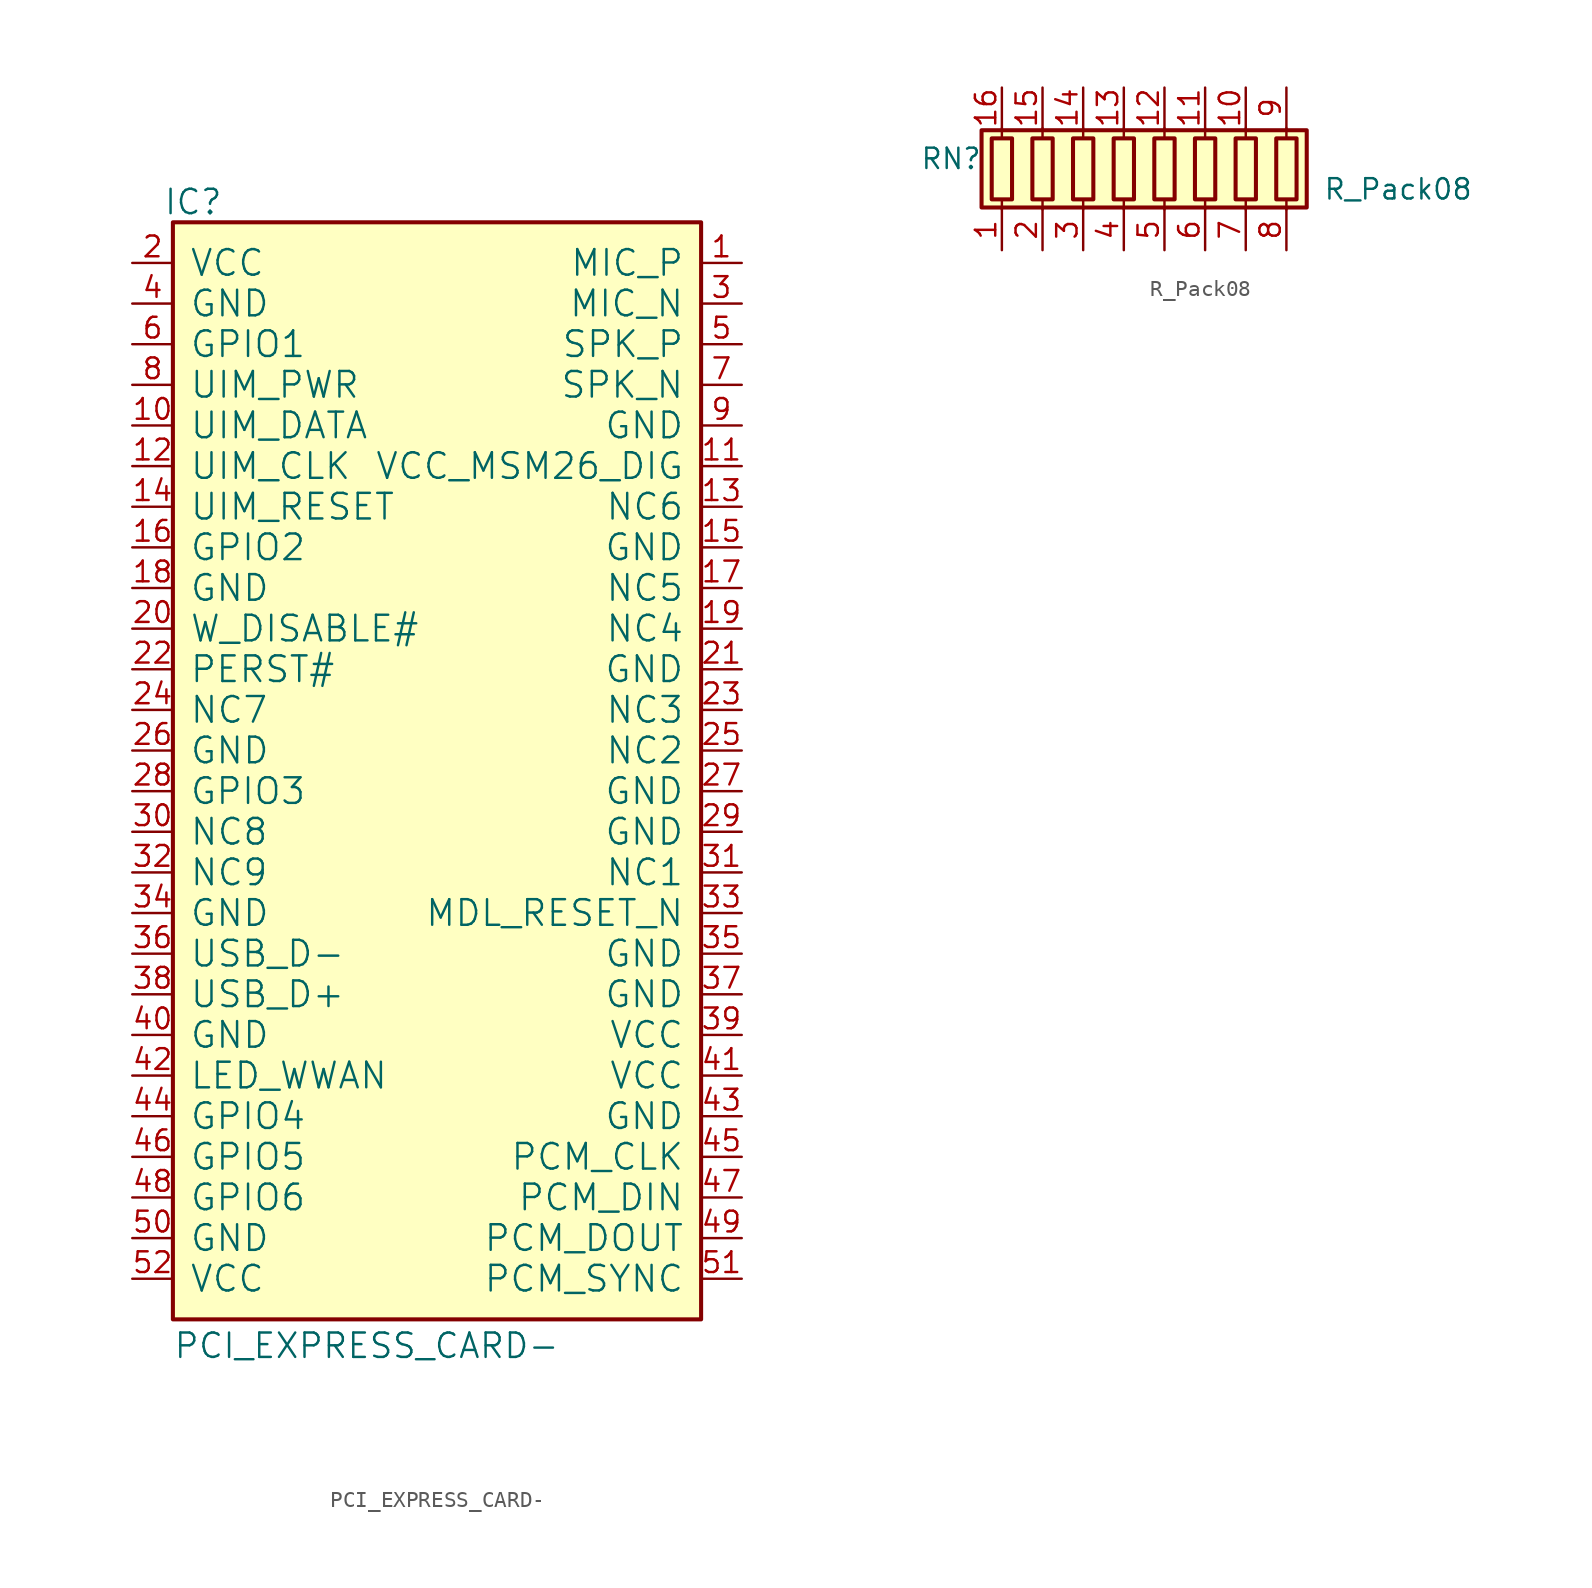
<source format=kicad_sym>
(kicad_symbol_lib
  (version 20211014)
  (generator kicad_symbol_editor)
  (symbol "PCI_EXPRESS_CARD-"
    (pin_names
      (offset 1.016))
    (property "Reference" "IC"
      (at 1.27 1.27 0)
      (effects (font (size 1.524 1.524))))
    (property "Value" "PCI_EXPRESS_CARD-"
      (at 0 -71.12 0)
      (effects (font (size 1.524 1.524)) (justify left bottom)))
    (symbol "PCI_EXPRESS_CARD-_0_1"
      (rectangle (start 0 -68.58) (end 33.02 0) (stroke (width 0.254) (type default) (color 0 0 0 0)) (fill (type background)))
      (pin open_collector line (at 35.56 -2.54 180) (length 2.54) (name "MIC_P" (effects (font (size 1.6 1.6)))) (number "1" (effects (font (size 1.295 1.295)))))
      (pin passive line (at -2.54 -12.7 0) (length 2.54) (name "UIM_DATA" (effects (font (size 1.6 1.6)))) (number "10" (effects (font (size 1.295 1.295)))))
      (pin passive line (at 35.56 -15.24 180) (length 2.54) (name "VCC_MSM26_DIG" (effects (font (size 1.6 1.6)))) (number "11" (effects (font (size 1.295 1.295)))))
      (pin passive line (at -2.54 -15.24 0) (length 2.54) (name "UIM_CLK" (effects (font (size 1.6 1.6)))) (number "12" (effects (font (size 1.295 1.295)))))
      (pin passive line (at 35.56 -17.78 180) (length 2.54) (name "NC6" (effects (font (size 1.6 1.6)))) (number "13" (effects (font (size 1.295 1.295)))))
      (pin passive line (at -2.54 -17.78 0) (length 2.54) (name "UIM_RESET" (effects (font (size 1.6 1.6)))) (number "14" (effects (font (size 1.295 1.295)))))
      (pin power_in line (at 35.56 -20.32 180) (length 2.54) (name "GND" (effects (font (size 1.6 1.6)))) (number "15" (effects (font (size 1.295 1.295)))))
      (pin passive line (at -2.54 -20.32 0) (length 2.54) (name "GPIO2" (effects (font (size 1.6 1.6)))) (number "16" (effects (font (size 1.295 1.295)))))
      (pin passive line (at 35.56 -22.86 180) (length 2.54) (name "NC5" (effects (font (size 1.6 1.6)))) (number "17" (effects (font (size 1.295 1.295)))))
      (pin power_in line (at -2.54 -22.86 0) (length 2.54) (name "GND" (effects (font (size 1.6 1.6)))) (number "18" (effects (font (size 1.295 1.295)))))
      (pin passive line (at 35.56 -25.4 180) (length 2.54) (name "NC4" (effects (font (size 1.6 1.6)))) (number "19" (effects (font (size 1.295 1.295)))))
      (pin power_in line (at -2.54 -2.54 0) (length 2.54) (name "VCC" (effects (font (size 1.6 1.6)))) (number "2" (effects (font (size 1.295 1.295)))))
      (pin passive line (at -2.54 -25.4 0) (length 2.54) (name "W_DISABLE#" (effects (font (size 1.6 1.6)))) (number "20" (effects (font (size 1.295 1.295)))))
      (pin power_in line (at 35.56 -27.94 180) (length 2.54) (name "GND" (effects (font (size 1.6 1.6)))) (number "21" (effects (font (size 1.295 1.295)))))
      (pin passive line (at -2.54 -27.94 0) (length 2.54) (name "PERST#" (effects (font (size 1.6 1.6)))) (number "22" (effects (font (size 1.295 1.295)))))
      (pin passive line (at 35.56 -30.48 180) (length 2.54) (name "NC3" (effects (font (size 1.6 1.6)))) (number "23" (effects (font (size 1.295 1.295)))))
      (pin passive line (at -2.54 -30.48 0) (length 2.54) (name "NC7" (effects (font (size 1.6 1.6)))) (number "24" (effects (font (size 1.295 1.295)))))
      (pin passive line (at 35.56 -33.02 180) (length 2.54) (name "NC2" (effects (font (size 1.6 1.6)))) (number "25" (effects (font (size 1.295 1.295)))))
      (pin power_in line (at -2.54 -33.02 0) (length 2.54) (name "GND" (effects (font (size 1.6 1.6)))) (number "26" (effects (font (size 1.295 1.295)))))
      (pin power_in line (at 35.56 -35.56 180) (length 2.54) (name "GND" (effects (font (size 1.6 1.6)))) (number "27" (effects (font (size 1.295 1.295)))))
      (pin passive line (at -2.54 -35.56 0) (length 2.54) (name "GPIO3" (effects (font (size 1.6 1.6)))) (number "28" (effects (font (size 1.295 1.295)))))
      (pin power_in line (at 35.56 -38.1 180) (length 2.54) (name "GND" (effects (font (size 1.6 1.6)))) (number "29" (effects (font (size 1.295 1.295)))))
      (pin passive line (at 35.56 -5.08 180) (length 2.54) (name "MIC_N" (effects (font (size 1.6 1.6)))) (number "3" (effects (font (size 1.295 1.295)))))
      (pin passive line (at -2.54 -38.1 0) (length 2.54) (name "NC8" (effects (font (size 1.6 1.6)))) (number "30" (effects (font (size 1.295 1.295)))))
      (pin passive line (at 35.56 -40.64 180) (length 2.54) (name "NC1" (effects (font (size 1.6 1.6)))) (number "31" (effects (font (size 1.295 1.295)))))
      (pin passive line (at -2.54 -40.64 0) (length 2.54) (name "NC9" (effects (font (size 1.6 1.6)))) (number "32" (effects (font (size 1.295 1.295)))))
      (pin passive line (at 35.56 -43.18 180) (length 2.54) (name "MDL_RESET_N" (effects (font (size 1.6 1.6)))) (number "33" (effects (font (size 1.295 1.295)))))
      (pin power_in line (at -2.54 -43.18 0) (length 2.54) (name "GND" (effects (font (size 1.6 1.6)))) (number "34" (effects (font (size 1.295 1.295)))))
      (pin power_in line (at 35.56 -45.72 180) (length 2.54) (name "GND" (effects (font (size 1.6 1.6)))) (number "35" (effects (font (size 1.295 1.295)))))
      (pin passive line (at -2.54 -45.72 0) (length 2.54) (name "USB_D-" (effects (font (size 1.6 1.6)))) (number "36" (effects (font (size 1.295 1.295)))))
      (pin power_in line (at 35.56 -48.26 180) (length 2.54) (name "GND" (effects (font (size 1.6 1.6)))) (number "37" (effects (font (size 1.295 1.295)))))
      (pin passive line (at -2.54 -48.26 0) (length 2.54) (name "USB_D+" (effects (font (size 1.6 1.6)))) (number "38" (effects (font (size 1.295 1.295)))))
      (pin power_in line (at 35.56 -50.8 180) (length 2.54) (name "VCC" (effects (font (size 1.6 1.6)))) (number "39" (effects (font (size 1.295 1.295)))))
      (pin power_in line (at -2.54 -5.08 0) (length 2.54) (name "GND" (effects (font (size 1.6 1.6)))) (number "4" (effects (font (size 1.295 1.295)))))
      (pin power_in line (at -2.54 -50.8 0) (length 2.54) (name "GND" (effects (font (size 1.6 1.6)))) (number "40" (effects (font (size 1.295 1.295)))))
      (pin power_in line (at 35.56 -53.34 180) (length 2.54) (name "VCC" (effects (font (size 1.6 1.6)))) (number "41" (effects (font (size 1.295 1.295)))))
      (pin passive line (at -2.54 -53.34 0) (length 2.54) (name "LED_WWAN" (effects (font (size 1.6 1.6)))) (number "42" (effects (font (size 1.295 1.295)))))
      (pin power_in line (at 35.56 -55.88 180) (length 2.54) (name "GND" (effects (font (size 1.6 1.6)))) (number "43" (effects (font (size 1.295 1.295)))))
      (pin passive line (at -2.54 -55.88 0) (length 2.54) (name "GPIO4" (effects (font (size 1.6 1.6)))) (number "44" (effects (font (size 1.295 1.295)))))
      (pin passive line (at 35.56 -58.42 180) (length 2.54) (name "PCM_CLK" (effects (font (size 1.6 1.6)))) (number "45" (effects (font (size 1.295 1.295)))))
      (pin passive line (at -2.54 -58.42 0) (length 2.54) (name "GPIO5" (effects (font (size 1.6 1.6)))) (number "46" (effects (font (size 1.295 1.295)))))
      (pin passive line (at 35.56 -60.96 180) (length 2.54) (name "PCM_DIN" (effects (font (size 1.6 1.6)))) (number "47" (effects (font (size 1.295 1.295)))))
      (pin passive line (at -2.54 -60.96 0) (length 2.54) (name "GPIO6" (effects (font (size 1.6 1.6)))) (number "48" (effects (font (size 1.295 1.295)))))
      (pin passive line (at 35.56 -63.5 180) (length 2.54) (name "PCM_DOUT" (effects (font (size 1.6 1.6)))) (number "49" (effects (font (size 1.295 1.295)))))
      (pin passive line (at 35.56 -7.62 180) (length 2.54) (name "SPK_P" (effects (font (size 1.6 1.6)))) (number "5" (effects (font (size 1.295 1.295)))))
      (pin power_in line (at -2.54 -63.5 0) (length 2.54) (name "GND" (effects (font (size 1.6 1.6)))) (number "50" (effects (font (size 1.295 1.295)))))
      (pin passive line (at 35.56 -66.04 180) (length 2.54) (name "PCM_SYNC" (effects (font (size 1.6 1.6)))) (number "51" (effects (font (size 1.295 1.295)))))
      (pin power_in line (at -2.54 -66.04 0) (length 2.54) (name "VCC" (effects (font (size 1.6 1.6)))) (number "52" (effects (font (size 1.295 1.295)))))
      (pin passive line (at -2.54 -7.62 0) (length 2.54) (name "GPIO1" (effects (font (size 1.6 1.6)))) (number "6" (effects (font (size 1.295 1.295)))))
      (pin open_collector line (at 35.56 -10.16 180) (length 2.54) (name "SPK_N" (effects (font (size 1.6 1.6)))) (number "7" (effects (font (size 1.295 1.295)))))
      (pin passive line (at -2.54 -10.16 0) (length 2.54) (name "UIM_PWR" (effects (font (size 1.6 1.6)))) (number "8" (effects (font (size 1.295 1.295)))))
      (pin power_in line (at 35.56 -12.7 180) (length 2.54) (name "GND" (effects (font (size 1.6 1.6)))) (number "9" (effects (font (size 1.295 1.295)))))))
  (symbol "R_Pack08"
    (pin_names
      (offset 0) hide)
    (property "Reference" "RN"
      (at -13.335 0.635 0)
      (effects (font (size 1.27 1.27))))
    (property "Value" "R_Pack08"
      (at 14.605 -1.27 0)
      (effects (font (size 1.27 1.27))))
    (symbol "R_Pack08_1_1"
      (rectangle (start -11.43 -2.413) (end 8.89 2.413) (stroke (width 0.254) (type default) (color 0 0 0 0)) (fill (type background)))
      (rectangle (start -10.795 1.905) (end -9.525 -1.905) (stroke (width 0.254) (type default) (color 0 0 0 0)) (fill (type none)))
      (rectangle (start -8.255 1.905) (end -6.985 -1.905) (stroke (width 0.254) (type default) (color 0 0 0 0)) (fill (type none)))
      (rectangle (start -5.715 1.905) (end -4.445 -1.905) (stroke (width 0.254) (type default) (color 0 0 0 0)) (fill (type none)))
      (rectangle (start -3.175 1.905) (end -1.905 -1.905) (stroke (width 0.254) (type default) (color 0 0 0 0)) (fill (type none)))
      (rectangle (start -0.635 1.905) (end 0.635 -1.905) (stroke (width 0.254) (type default) (color 0 0 0 0)) (fill (type none)))
      (polyline (pts (xy -10.16 -2.54) (xy -10.16 -1.905)) (stroke (width 0) (type default) (color 0 0 0 0)) (fill (type none)))
      (polyline (pts (xy -10.16 1.905) (xy -10.16 2.54)) (stroke (width 0) (type default) (color 0 0 0 0)) (fill (type none)))
      (polyline (pts (xy -7.62 -2.54) (xy -7.62 -1.905)) (stroke (width 0) (type default) (color 0 0 0 0)) (fill (type none)))
      (polyline (pts (xy -7.62 1.905) (xy -7.62 2.54)) (stroke (width 0) (type default) (color 0 0 0 0)) (fill (type none)))
      (polyline (pts (xy -5.08 -2.54) (xy -5.08 -1.905)) (stroke (width 0) (type default) (color 0 0 0 0)) (fill (type none)))
      (polyline (pts (xy -5.08 1.905) (xy -5.08 2.54)) (stroke (width 0) (type default) (color 0 0 0 0)) (fill (type none)))
      (polyline (pts (xy -2.54 -2.54) (xy -2.54 -1.905)) (stroke (width 0) (type default) (color 0 0 0 0)) (fill (type none)))
      (polyline (pts (xy -2.54 1.905) (xy -2.54 2.54)) (stroke (width 0) (type default) (color 0 0 0 0)) (fill (type none)))
      (polyline (pts (xy 0 -2.54) (xy 0 -1.905)) (stroke (width 0) (type default) (color 0 0 0 0)) (fill (type none)))
      (polyline (pts (xy 0 1.905) (xy 0 2.54)) (stroke (width 0) (type default) (color 0 0 0 0)) (fill (type none)))
      (polyline (pts (xy 2.54 -2.54) (xy 2.54 -1.905)) (stroke (width 0) (type default) (color 0 0 0 0)) (fill (type none)))
      (polyline (pts (xy 2.54 1.905) (xy 2.54 2.54)) (stroke (width 0) (type default) (color 0 0 0 0)) (fill (type none)))
      (polyline (pts (xy 5.08 -2.54) (xy 5.08 -1.905)) (stroke (width 0) (type default) (color 0 0 0 0)) (fill (type none)))
      (polyline (pts (xy 5.08 1.905) (xy 5.08 2.54)) (stroke (width 0) (type default) (color 0 0 0 0)) (fill (type none)))
      (polyline (pts (xy 7.62 -2.54) (xy 7.62 -1.905)) (stroke (width 0) (type default) (color 0 0 0 0)) (fill (type none)))
      (polyline (pts (xy 7.62 1.905) (xy 7.62 2.54)) (stroke (width 0) (type default) (color 0 0 0 0)) (fill (type none)))
      (rectangle (start 1.905 1.905) (end 3.175 -1.905) (stroke (width 0.254) (type default) (color 0 0 0 0)) (fill (type none)))
      (rectangle (start 4.445 1.905) (end 5.715 -1.905) (stroke (width 0.254) (type default) (color 0 0 0 0)) (fill (type none)))
      (rectangle (start 6.985 1.905) (end 8.255 -1.905) (stroke (width 0.254) (type default) (color 0 0 0 0)) (fill (type none)))
      (pin passive line (at -10.16 -5.08 90) (length 2.54) (name "R1.1" (effects (font (size 1.27 1.27)))) (number "1" (effects (font (size 1.27 1.27)))))
      (pin passive line (at 5.08 5.08 270) (length 2.54) (name "R7.2" (effects (font (size 1.27 1.27)))) (number "10" (effects (font (size 1.27 1.27)))))
      (pin passive line (at 2.54 5.08 270) (length 2.54) (name "R6.2" (effects (font (size 1.27 1.27)))) (number "11" (effects (font (size 1.27 1.27)))))
      (pin passive line (at 0 5.08 270) (length 2.54) (name "R5.2" (effects (font (size 1.27 1.27)))) (number "12" (effects (font (size 1.27 1.27)))))
      (pin passive line (at -2.54 5.08 270) (length 2.54) (name "R4.2" (effects (font (size 1.27 1.27)))) (number "13" (effects (font (size 1.27 1.27)))))
      (pin passive line (at -5.08 5.08 270) (length 2.54) (name "R3.2" (effects (font (size 1.27 1.27)))) (number "14" (effects (font (size 1.27 1.27)))))
      (pin passive line (at -7.62 5.08 270) (length 2.54) (name "R2.2" (effects (font (size 1.27 1.27)))) (number "15" (effects (font (size 1.27 1.27)))))
      (pin passive line (at -10.16 5.08 270) (length 2.54) (name "R1.2" (effects (font (size 1.27 1.27)))) (number "16" (effects (font (size 1.27 1.27)))))
      (pin passive line (at -7.62 -5.08 90) (length 2.54) (name "R2.1" (effects (font (size 1.27 1.27)))) (number "2" (effects (font (size 1.27 1.27)))))
      (pin passive line (at -5.08 -5.08 90) (length 2.54) (name "R3.1" (effects (font (size 1.27 1.27)))) (number "3" (effects (font (size 1.27 1.27)))))
      (pin passive line (at -2.54 -5.08 90) (length 2.54) (name "R4.1" (effects (font (size 1.27 1.27)))) (number "4" (effects (font (size 1.27 1.27)))))
      (pin passive line (at 0 -5.08 90) (length 2.54) (name "R5.1" (effects (font (size 1.27 1.27)))) (number "5" (effects (font (size 1.27 1.27)))))
      (pin passive line (at 2.54 -5.08 90) (length 2.54) (name "R6.1" (effects (font (size 1.27 1.27)))) (number "6" (effects (font (size 1.27 1.27)))))
      (pin passive line (at 5.08 -5.08 90) (length 2.54) (name "R7.1" (effects (font (size 1.27 1.27)))) (number "7" (effects (font (size 1.27 1.27)))))
      (pin passive line (at 7.62 -5.08 90) (length 2.54) (name "R8.1" (effects (font (size 1.27 1.27)))) (number "8" (effects (font (size 1.27 1.27)))))
      (pin passive line (at 7.62 5.08 270) (length 2.54) (name "R8.2" (effects (font (size 1.27 1.27)))) (number "9" (effects (font (size 1.27 1.27))))))))
</source>
